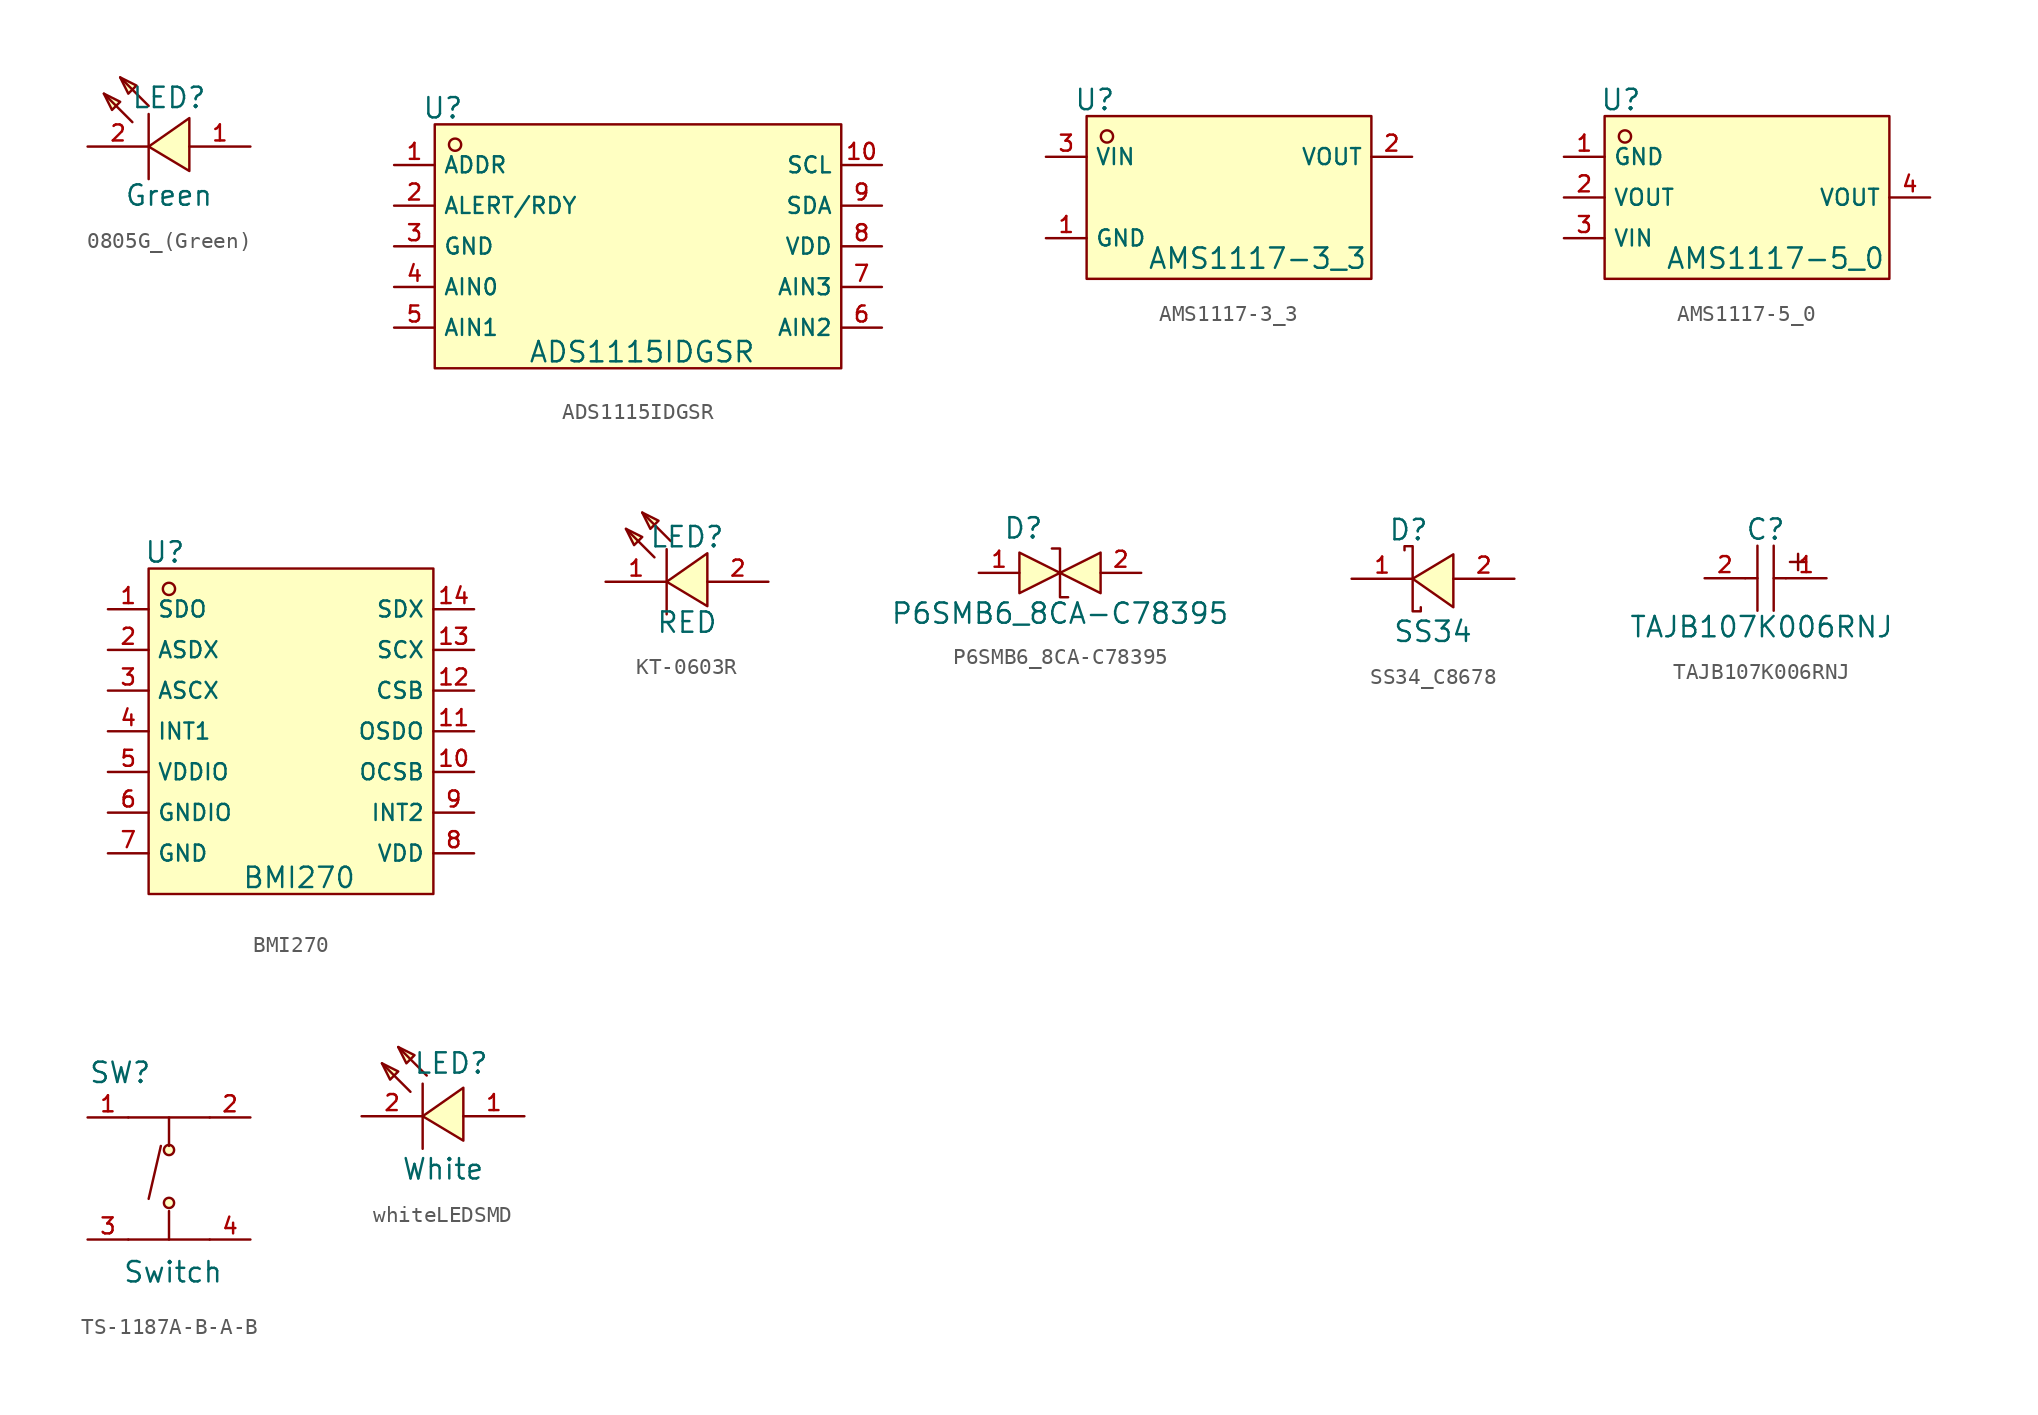
<source format=kicad_sym>
(kicad_symbol_lib
  (version 20231120)
  (generator "kicad_symbol_editor")
  (generator_version "8.0")
  (symbol "0805G_(Green)"
    (pin_names hide)
    (property "Reference" "LED"
      (at 0 3.048 0)
      (effects (font (size 1.27 1.27))))
    (property "Value" "Green"
      (at 0 -3.048 0)
      (effects (font (size 1.27 1.27))))
    (symbol "0805G_(Green)_0_1"
      (polyline (pts (xy -2.286 1.524) (xy -4.064 3.302)) (stroke (width 0) (type default)) (fill (type none)))
      (polyline (pts (xy -1.27 2.032) (xy -1.27 -2.032)) (stroke (width 0) (type default)) (fill (type none)))
      (polyline (pts (xy -1.27 2.54) (xy -3.048 4.318)) (stroke (width 0) (type default)) (fill (type none)))
      (polyline (pts (xy -4.064 3.302) (xy -3.048 2.794) (xy -3.556 2.286) (xy -4.064 3.302)) (stroke (width 0) (type default)) (fill (type background)))
      (polyline (pts (xy -3.048 4.318) (xy -2.032 3.81) (xy -2.54 3.302) (xy -3.048 4.318)) (stroke (width 0) (type default)) (fill (type background)))
      (polyline (pts (xy 1.27 -1.524) (xy -1.27 0) (xy 1.27 1.778) (xy 1.27 -1.524)) (stroke (width 0) (type default)) (fill (type background)))
      (pin passive line (at 5.08 0 180) (length 3.81) (name "A" (effects (font (size 1 1)))) (number "1" (effects (font (size 1 1)))))
      (pin passive line (at -5.08 0 0) (length 3.81) (name "K" (effects (font (size 1 1)))) (number "2" (effects (font (size 1 1)))))))
  (symbol "ADS1115IDGSR"
    (property "Reference" "U"
      (at -12.192 8.636 0)
      (effects (font (size 1.27 1.27))))
    (property "Value" "ADS1115IDGSR"
      (at 0.254 -6.604 0)
      (effects (font (size 1.27 1.27))))
    (symbol "ADS1115IDGSR_0_1"
      (rectangle (start -12.7 7.62) (end 12.7 -7.62) (stroke (width 0) (type default)) (fill (type background)))
      (circle (center -11.43 6.35) (radius 0.381) (stroke (width 0) (type default)) (fill (type background)))
      (pin input line (at -15.24 5.08 0) (length 2.54) (name "ADDR" (effects (font (size 1 1)))) (number "1" (effects (font (size 1 1)))))
      (pin input line (at 15.24 5.08 180) (length 2.54) (name "SCL" (effects (font (size 1 1)))) (number "10" (effects (font (size 1 1)))))
      (pin output line (at -15.24 2.54 0) (length 2.54) (name "ALERT/RDY" (effects (font (size 1 1)))) (number "2" (effects (font (size 1 1)))))
      (pin power_in line (at -15.24 0 0) (length 2.54) (name "GND" (effects (font (size 1 1)))) (number "3" (effects (font (size 1 1)))))
      (pin input line (at -15.24 -2.54 0) (length 2.54) (name "AIN0" (effects (font (size 1 1)))) (number "4" (effects (font (size 1 1)))))
      (pin input line (at -15.24 -5.08 0) (length 2.54) (name "AIN1" (effects (font (size 1 1)))) (number "5" (effects (font (size 1 1)))))
      (pin input line (at 15.24 -5.08 180) (length 2.54) (name "AIN2" (effects (font (size 1 1)))) (number "6" (effects (font (size 1 1)))))
      (pin input line (at 15.24 -2.54 180) (length 2.54) (name "AIN3" (effects (font (size 1 1)))) (number "7" (effects (font (size 1 1)))))
      (pin power_in line (at 15.24 0 180) (length 2.54) (name "VDD" (effects (font (size 1 1)))) (number "8" (effects (font (size 1 1)))))
      (pin bidirectional line (at 15.24 2.54 180) (length 2.54) (name "SDA" (effects (font (size 1 1)))) (number "9" (effects (font (size 1 1)))))))
  (symbol "AMS1117-3_3"
    (property "Reference" "U"
      (at -8.382 6.096 0)
      (effects (font (size 1.27 1.27))))
    (property "Value" "AMS1117-3_3"
      (at 1.778 -3.81 0)
      (effects (font (size 1.27 1.27))))
    (symbol "AMS1117-3_3_0_1"
      (rectangle (start -8.89 5.08) (end 8.89 -5.08) (stroke (width 0) (type default)) (fill (type background)))
      (circle (center -7.62 3.81) (radius 0.381) (stroke (width 0) (type default)) (fill (type background)))
      (pin power_in line (at -11.43 -2.54 0) (length 2.54) (name "GND" (effects (font (size 1 1)))) (number "1" (effects (font (size 1 1)))))
      (pin power_out line (at 11.43 2.54 180) (length 2.54) (name "VOUT" (effects (font (size 1 1)))) (number "2" (effects (font (size 1 1)))))
      (pin power_in line (at -11.43 2.54 0) (length 2.54) (name "VIN" (effects (font (size 1 1)))) (number "3" (effects (font (size 1 1))))))
    (symbol "AMS1117-3_3_1_1"
      (pin power_out line (at 11.43 2.54 180) (length 2.54) hide (name "VOUT" (effects (font (size 1 1)))) (number "4" (effects (font (size 1 1)))))))
  (symbol "AMS1117-5_0"
    (property "Reference" "U"
      (at -7.874 6.096 0)
      (effects (font (size 1.27 1.27))))
    (property "Value" "AMS1117-5_0"
      (at 1.778 -3.81 0)
      (effects (font (size 1.27 1.27))))
    (symbol "AMS1117-5_0_0_1"
      (rectangle (start -8.89 5.08) (end 8.89 -5.08) (stroke (width 0) (type default)) (fill (type background)))
      (circle (center -7.62 3.81) (radius 0.381) (stroke (width 0) (type default)) (fill (type background)))
      (pin power_in line (at -11.43 2.54 0) (length 2.54) (name "GND" (effects (font (size 1 1)))) (number "1" (effects (font (size 1 1)))))
      (pin power_out line (at -11.43 0 0) (length 2.54) (name "VOUT" (effects (font (size 1 1)))) (number "2" (effects (font (size 1 1)))))
      (pin power_in line (at -11.43 -2.54 0) (length 2.54) (name "VIN" (effects (font (size 1 1)))) (number "3" (effects (font (size 1 1)))))
      (pin power_out line (at 11.43 0 180) (length 2.54) (name "VOUT" (effects (font (size 1 1)))) (number "4" (effects (font (size 1 1)))))))
  (symbol "BMI270"
    (property "Reference" "U"
      (at -7.874 11.176 0)
      (effects (font (size 1.27 1.27))))
    (property "Value" "BMI270"
      (at 0.508 -9.144 0)
      (effects (font (size 1.27 1.27))))
    (symbol "BMI270_0_1"
      (rectangle (start -8.89 10.16) (end 8.89 -10.16) (stroke (width 0) (type default)) (fill (type background)))
      (circle (center -7.62 8.89) (radius 0.381) (stroke (width 0) (type default)) (fill (type background)))
      (pin bidirectional line (at -11.43 7.62 0) (length 2.54) (name "SDO" (effects (font (size 1 1)))) (number "1" (effects (font (size 1 1)))))
      (pin input line (at 11.43 -2.54 180) (length 2.54) (name "OCSB" (effects (font (size 1 1)))) (number "10" (effects (font (size 1 1)))))
      (pin output line (at 11.43 0 180) (length 2.54) (name "OSDO" (effects (font (size 1 1)))) (number "11" (effects (font (size 1 1)))))
      (pin input line (at 11.43 2.54 180) (length 2.54) (name "CSB" (effects (font (size 1 1)))) (number "12" (effects (font (size 1 1)))))
      (pin input line (at 11.43 5.08 180) (length 2.54) (name "SCX" (effects (font (size 1 1)))) (number "13" (effects (font (size 1 1)))))
      (pin bidirectional line (at 11.43 7.62 180) (length 2.54) (name "SDX" (effects (font (size 1 1)))) (number "14" (effects (font (size 1 1)))))
      (pin bidirectional line (at -11.43 5.08 0) (length 2.54) (name "ASDX" (effects (font (size 1 1)))) (number "2" (effects (font (size 1 1)))))
      (pin bidirectional line (at -11.43 2.54 0) (length 2.54) (name "ASCX" (effects (font (size 1 1)))) (number "3" (effects (font (size 1 1)))))
      (pin bidirectional line (at -11.43 0 0) (length 2.54) (name "INT1" (effects (font (size 1 1)))) (number "4" (effects (font (size 1 1)))))
      (pin power_in line (at -11.43 -2.54 0) (length 2.54) (name "VDDIO" (effects (font (size 1 1)))) (number "5" (effects (font (size 1 1)))))
      (pin power_in line (at -11.43 -5.08 0) (length 2.54) (name "GNDIO" (effects (font (size 1 1)))) (number "6" (effects (font (size 1 1)))))
      (pin power_in line (at -11.43 -7.62 0) (length 2.54) (name "GND" (effects (font (size 1 1)))) (number "7" (effects (font (size 1 1)))))
      (pin power_in line (at 11.43 -7.62 180) (length 2.54) (name "VDD" (effects (font (size 1 1)))) (number "8" (effects (font (size 1 1)))))
      (pin bidirectional line (at 11.43 -5.08 180) (length 2.54) (name "INT2" (effects (font (size 1 1)))) (number "9" (effects (font (size 1 1)))))))
  (symbol "KT-0603R"
    (pin_names hide)
    (property "Reference" "LED"
      (at 0 2.794 0)
      (effects (font (size 1.27 1.27))))
    (property "Value" "RED"
      (at 0 -2.54 0)
      (effects (font (size 1.27 1.27))))
    (symbol "KT-0603R_0_1"
      (polyline (pts (xy -2.032 1.524) (xy -3.81 3.302)) (stroke (width 0) (type default)) (fill (type none)))
      (polyline (pts (xy -1.27 2.032) (xy -1.27 -2.032)) (stroke (width 0) (type default)) (fill (type none)))
      (polyline (pts (xy -1.016 2.54) (xy -2.794 4.318)) (stroke (width 0) (type default)) (fill (type none)))
      (polyline (pts (xy -3.81 3.302) (xy -2.794 2.794) (xy -3.302 2.286) (xy -3.81 3.302)) (stroke (width 0) (type default)) (fill (type background)))
      (polyline (pts (xy -2.794 4.318) (xy -1.778 3.81) (xy -2.286 3.302) (xy -2.794 4.318)) (stroke (width 0) (type default)) (fill (type background)))
      (polyline (pts (xy 1.27 -1.524) (xy -1.27 0) (xy 1.27 1.778) (xy 1.27 -1.524)) (stroke (width 0) (type default)) (fill (type background)))
      (pin passive line (at -5.08 0 0) (length 3.81) (name "K" (effects (font (size 1 1)))) (number "1" (effects (font (size 1 1)))))
      (pin passive line (at 5.08 0 180) (length 3.81) (name "A" (effects (font (size 1 1)))) (number "2" (effects (font (size 1 1)))))))
  (symbol "P6SMB6_8CA-C78395"
    (pin_names hide)
    (property "Reference" "D"
      (at -2.286 2.794 0)
      (effects (font (size 1.27 1.27))))
    (property "Value" "P6SMB6_8CA-C78395"
      (at 0 -2.54 0)
      (effects (font (size 1.27 1.27))))
    (symbol "P6SMB6_8CA-C78395_0_1"
      (polyline (pts (xy -2.54 1.27) (xy 0 0) (xy -2.54 -1.27) (xy -2.54 1.27)) (stroke (width 0) (type default)) (fill (type background)))
      (polyline (pts (xy 2.54 1.27) (xy 0 0) (xy 2.54 -1.27) (xy 2.54 1.27)) (stroke (width 0) (type default)) (fill (type background)))
      (polyline (pts (xy -0.508 1.524) (xy -0.508 1.524) (xy 0 1.524) (xy 0 -1.524) (xy 0.508 -1.524) (xy 0.508 -1.524)) (stroke (width 0) (type default)) (fill (type none)))
      (pin passive line (at -5.08 0 0) (length 2.54) (name "1" (effects (font (size 1 1)))) (number "1" (effects (font (size 1 1)))))
      (pin passive line (at 5.08 0 180) (length 2.54) (name "2" (effects (font (size 1 1)))) (number "2" (effects (font (size 1 1)))))))
  (symbol "SS34_C8678"
    (pin_names hide)
    (property "Reference" "D"
      (at -1.524 3.048 0)
      (effects (font (size 1.27 1.27))))
    (property "Value" "SS34"
      (at 0 -3.302 0)
      (effects (font (size 1.27 1.27))))
    (symbol "SS34_C8678_0_1"
      (polyline (pts (xy -1.27 0) (xy -1.27 -2.032) (xy -0.762 -2.032) (xy -0.762 -1.778)) (stroke (width 0) (type default)) (fill (type none)))
      (polyline (pts (xy -1.27 0) (xy -1.27 2.032) (xy -1.778 2.032) (xy -1.778 1.778)) (stroke (width 0) (type default)) (fill (type none)))
      (polyline (pts (xy 1.27 1.524) (xy -1.27 0) (xy 1.27 -1.778) (xy 1.27 1.524)) (stroke (width 0) (type default)) (fill (type background)))
      (pin passive line (at -5.08 0 0) (length 3.81) (name "K" (effects (font (size 1 1)))) (number "1" (effects (font (size 1 1)))))
      (pin passive line (at 5.08 0 180) (length 3.81) (name "A" (effects (font (size 1 1)))) (number "2" (effects (font (size 1 1)))))))
  (symbol "TAJB107K006RNJ"
    (pin_names hide)
    (property "Reference" "C"
      (at 0 3.048 0)
      (effects (font (size 1.27 1.27))))
    (property "Value" "TAJB107K006RNJ"
      (at -0.254 -3.048 0)
      (effects (font (size 1.27 1.27))))
    (symbol "TAJB107K006RNJ_0_1"
      (polyline (pts (xy -0.508 0) (xy -1.27 0)) (stroke (width 0) (type default)) (fill (type none)))
      (polyline (pts (xy -0.508 2.032) (xy -0.508 -2.032)) (stroke (width 0) (type default)) (fill (type none)))
      (polyline (pts (xy 0.508 2.032) (xy 0.508 -2.032)) (stroke (width 0) (type default)) (fill (type none)))
      (polyline (pts (xy 1.27 0) (xy 0.508 0)) (stroke (width 0) (type default)) (fill (type none)))
      (polyline (pts (xy 2.032 1.524) (xy 2.032 0.508)) (stroke (width 0) (type default)) (fill (type none)))
      (polyline (pts (xy 2.54 1.016) (xy 1.524 1.016)) (stroke (width 0) (type default)) (fill (type none)))
      (pin passive line (at 3.81 0 180) (length 2.54) (name "1" (effects (font (size 1 1)))) (number "1" (effects (font (size 1 1)))))
      (pin passive line (at -3.81 0 0) (length 2.54) (name "2" (effects (font (size 1 1)))) (number "2" (effects (font (size 1 1)))))))
  (symbol "TS-1187A-B-A-B"
    (pin_names hide)
    (property "Reference" "SW"
      (at -3.048 5.334 0)
      (effects (font (size 1.27 1.27))))
    (property "Value" "Switch"
      (at 0.254 -7.112 0)
      (effects (font (size 1.27 1.27))))
    (symbol "TS-1187A-B-A-B_0_1"
      (circle (center 0 -2.794) (radius 0.318) (stroke (width 0) (type default)) (fill (type background)))
      (polyline (pts (xy -2.54 -5.08) (xy 2.54 -5.08)) (stroke (width 0) (type default)) (fill (type none)))
      (polyline (pts (xy -2.54 2.54) (xy 2.54 2.54)) (stroke (width 0) (type default)) (fill (type none)))
      (polyline (pts (xy -0.508 0.762) (xy -1.27 -2.54)) (stroke (width 0) (type default)) (fill (type none)))
      (polyline (pts (xy 0 -3.302) (xy 0 -5.08)) (stroke (width 0) (type default)) (fill (type none)))
      (polyline (pts (xy 0 0.762) (xy 0 2.54)) (stroke (width 0) (type default)) (fill (type none)))
      (circle (center 0 0.508) (radius 0.318) (stroke (width 0) (type default)) (fill (type background)))
      (pin passive line (at -5.08 2.54 0) (length 2.54) (name "A" (effects (font (size 1 1)))) (number "1" (effects (font (size 1 1)))))
      (pin passive line (at 5.08 2.54 180) (length 2.54) (name "B" (effects (font (size 1 1)))) (number "2" (effects (font (size 1 1)))))
      (pin passive line (at -5.08 -5.08 0) (length 2.54) (name "C" (effects (font (size 1 1)))) (number "3" (effects (font (size 1 1)))))
      (pin passive line (at 5.08 -5.08 180) (length 2.54) (name "D" (effects (font (size 1 1)))) (number "4" (effects (font (size 1 1)))))))
  (symbol "whiteLEDSMD"
    (pin_names hide)
    (property "Reference" "LED"
      (at 0.508 2.032 0)
      (effects (font (size 1.27 1.27))))
    (property "Value" "White"
      (at 0 -4.572 0)
      (effects (font (size 1.27 1.27))))
    (symbol "whiteLEDSMD_0_1"
      (polyline (pts (xy -2.032 0.254) (xy -3.81 2.032)) (stroke (width 0) (type default)) (fill (type none)))
      (polyline (pts (xy -1.27 0.762) (xy -1.27 -3.302)) (stroke (width 0) (type default)) (fill (type none)))
      (polyline (pts (xy -1.016 1.27) (xy -2.794 3.048)) (stroke (width 0) (type default)) (fill (type none)))
      (polyline (pts (xy -3.81 2.032) (xy -2.794 1.524) (xy -3.302 1.016) (xy -3.81 2.032)) (stroke (width 0) (type default)) (fill (type background)))
      (polyline (pts (xy -2.794 3.048) (xy -1.778 2.54) (xy -2.286 2.032) (xy -2.794 3.048)) (stroke (width 0) (type default)) (fill (type background)))
      (polyline (pts (xy 1.27 -2.794) (xy -1.27 -1.27) (xy 1.27 0.508) (xy 1.27 -2.794)) (stroke (width 0) (type default)) (fill (type background)))
      (pin passive line (at 5.08 -1.27 180) (length 3.81) (name "A" (effects (font (size 1 1)))) (number "1" (effects (font (size 1 1)))))
      (pin passive line (at -5.08 -1.27 0) (length 3.81) (name "K" (effects (font (size 1 1)))) (number "2" (effects (font (size 1 1))))))))
</source>
